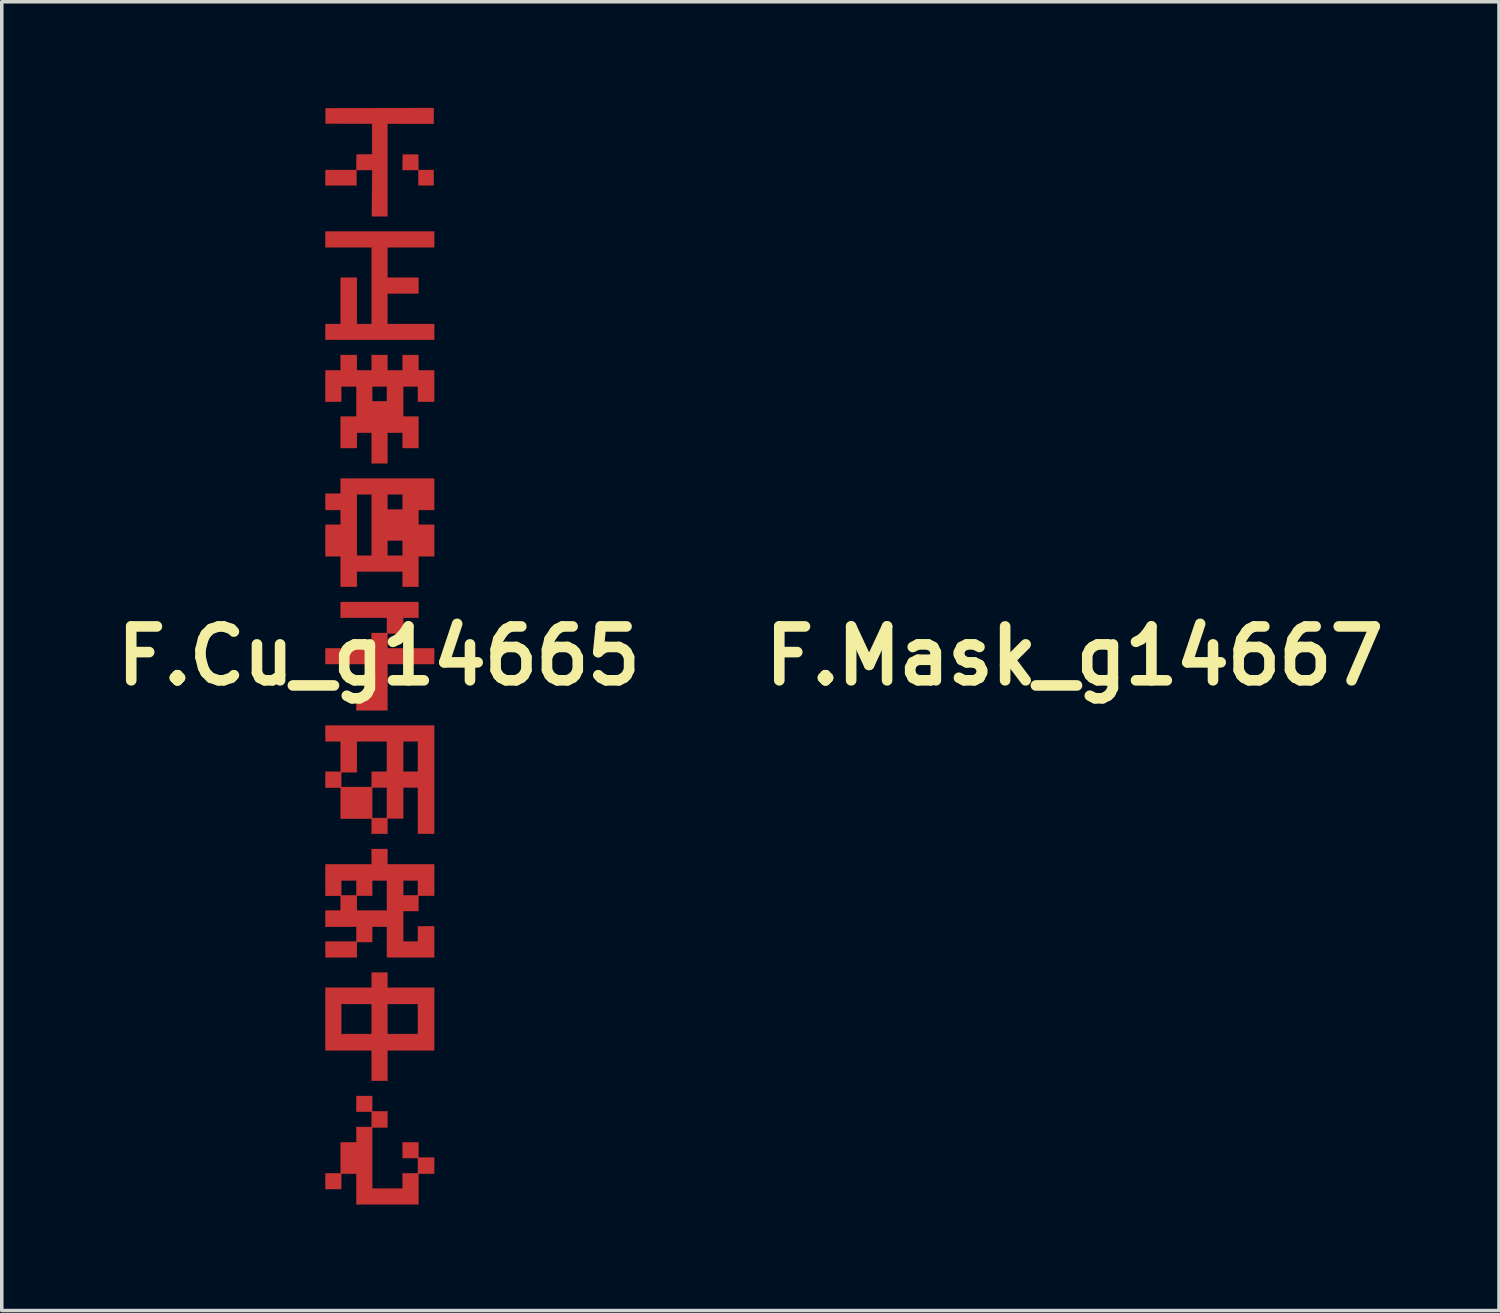
<source format=kicad_pcb>
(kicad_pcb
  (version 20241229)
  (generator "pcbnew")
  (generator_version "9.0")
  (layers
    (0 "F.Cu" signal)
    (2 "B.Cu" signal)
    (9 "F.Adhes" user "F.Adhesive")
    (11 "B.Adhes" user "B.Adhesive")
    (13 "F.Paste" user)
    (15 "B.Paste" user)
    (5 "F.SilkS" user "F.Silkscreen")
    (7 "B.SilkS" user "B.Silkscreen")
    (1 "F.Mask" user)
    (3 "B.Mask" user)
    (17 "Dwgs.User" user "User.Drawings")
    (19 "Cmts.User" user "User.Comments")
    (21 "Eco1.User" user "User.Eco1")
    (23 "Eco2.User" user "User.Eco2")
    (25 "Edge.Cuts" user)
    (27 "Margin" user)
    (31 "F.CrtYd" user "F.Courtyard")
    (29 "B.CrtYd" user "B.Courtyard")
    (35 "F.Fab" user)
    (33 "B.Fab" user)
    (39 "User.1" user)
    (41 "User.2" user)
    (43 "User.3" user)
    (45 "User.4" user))
  (footprint "F.Cu_g14665"
    (layer "F.Cu")
    (at 7.664 15.499)
    (property "Reference" "F.Cu_g14665" (at 0 0 0) (layer "F.SilkS") (effects (font (size 1.524 1.524) (thickness 0.3))))
    (attr through_hole)
    (fp_poly (pts (xy 1.115 -13.96) (xy 1.118 -13.741) (xy 1.549 -13.741) (xy 1.549 -13.31) (xy 1.118 -13.31) (xy 1.118 -13.741) (xy 0.672 -13.741) (xy 0.679 -14.18) (xy 1.111 -14.18) (xy 1.115 -13.96)) (stroke (width 0.01) (type solid)) (fill yes) (layer "F.Cu"))
    (fp_poly (pts (xy 1.549 -15.05) (xy 0.241 -15.05) (xy 0.241 -12.433) (xy 0.022 -12.433) (xy -0.197 -12.433) (xy -0.193 -13.087) (xy -0.189 -13.741) (xy -0.635 -13.741) (xy -0.635 -13.31) (xy -1.511 -13.31) (xy -1.511 -13.741) (xy -0.636 -13.741) (xy -0.629 -14.18) (xy -0.191 -14.187) (xy -0.191 -15.049) (xy -1.505 -15.056) (xy -1.505 -15.488) (xy 0.022 -15.491) (xy 1.549 -15.494) (xy 1.549 -15.05)) (stroke (width 0.01) (type solid)) (fill yes) (layer "F.Cu"))
    (fp_poly (pts (xy 1.562 -11.557) (xy 0.241 -11.557) (xy 0.241 -10.693) (xy 1.118 -10.693) (xy 1.118 -10.249) (xy 0.241 -10.249) (xy 0.241 -9.385) (xy 1.562 -9.385) (xy 1.562 -8.941) (xy -1.511 -8.941) (xy -1.511 -9.385) (xy -1.079 -9.385) (xy -1.079 -10.693) (xy -0.622 -10.693) (xy -0.622 -9.385) (xy -0.203 -9.385) (xy -0.203 -11.557) (xy -1.511 -11.557) (xy -1.511 -12.002) (xy 1.562 -12.002) (xy 1.562 -11.557)) (stroke (width 0.01) (type solid)) (fill yes) (layer "F.Cu"))
    (fp_poly (pts (xy 1.118 -1.079) (xy 0.686 -1.079) (xy 0.686 -0.635) (xy 0.241 -0.635) (xy 0.241 -0.216) (xy 1.562 -0.216) (xy 1.562 0.229) (xy 0.241 0.229) (xy 0.241 1.537) (xy -0.635 1.537) (xy -0.635 1.092) (xy -0.203 1.092) (xy -0.203 0.229) (xy -1.511 0.229) (xy -1.511 -0.216) (xy -0.203 -0.216) (xy -0.203 -0.648) (xy 0.229 -0.648) (xy 0.229 -1.079) (xy -1.079 -1.079) (xy -1.079 -1.524) (xy 1.118 -1.524) (xy 1.118 -1.079)) (stroke (width 0.01) (type solid)) (fill yes) (layer "F.Cu"))
    (fp_poly (pts (xy 0.241 9.385) (xy 1.562 9.385) (xy 1.562 11.151) (xy 0.241 11.151) (xy 0.241 12.014) (xy -0.203 12.014) (xy -0.203 11.151) (xy -1.511 11.151) (xy -1.511 9.842) (xy -1.067 9.842) (xy -1.067 10.693) (xy -0.203 10.693) (xy -0.203 9.842) (xy 0.241 9.842) (xy 0.241 10.693) (xy 1.105 10.693) (xy 1.105 9.842) (xy 0.241 9.842) (xy -0.203 9.842) (xy -1.067 9.842) (xy -1.511 9.842) (xy -1.511 9.385) (xy -0.203 9.385) (xy -0.203 8.954) (xy 0.241 8.954) (xy 0.241 9.385)) (stroke (width 0.01) (type solid)) (fill yes) (layer "F.Cu"))
    (fp_poly (pts (xy -0.191 12.878) (xy 0.241 12.878) (xy 0.241 13.335) (xy -0.191 13.335) (xy -0.191 15.062) (xy 0.673 15.062) (xy 0.673 14.63) (xy 1.105 14.63) (xy 1.105 14.199) (xy 0.673 14.199) (xy 0.673 13.754) (xy 1.118 13.754) (xy 1.118 14.186) (xy 1.562 14.186) (xy 1.562 14.643) (xy 1.118 14.643) (xy 1.118 15.507) (xy -0.635 15.507) (xy -0.635 14.643) (xy -1.067 14.643) (xy -1.067 15.075) (xy -1.511 15.075) (xy -1.511 14.63) (xy -1.079 14.63) (xy -1.079 13.754) (xy -0.635 13.754) (xy -0.635 13.322) (xy -0.203 13.322) (xy -0.203 12.89) (xy -0.635 12.89) (xy -0.635 12.446) (xy -0.191 12.446) (xy -0.191 12.878)) (stroke (width 0.01) (type solid)) (fill yes) (layer "F.Cu"))
    (fp_poly (pts (xy 1.562 5.029) (xy 1.105 5.029) (xy 1.105 3.721) (xy 0.686 3.721) (xy 0.686 4.597) (xy 0.241 4.597) (xy 0.241 5.029) (xy -0.203 5.029) (xy -0.203 4.597) (xy -1.079 4.597) (xy -1.079 3.721) (xy -0.191 3.721) (xy -0.191 4.585) (xy 0.229 4.585) (xy 0.229 3.721) (xy -0.191 3.721) (xy -1.079 3.721) (xy -1.511 3.721) (xy -1.511 3.289) (xy -1.067 3.289) (xy -1.067 3.708) (xy -0.203 3.708) (xy -0.203 3.277) (xy 0.229 3.277) (xy 0.229 2.413) (xy 0.686 2.413) (xy 0.686 3.277) (xy 1.105 3.277) (xy 1.105 2.413) (xy 0.686 2.413) (xy 0.229 2.413) (xy -0.622 2.413) (xy -0.622 3.289) (xy -1.067 3.289) (xy -1.511 3.289) (xy -1.511 3.277) (xy -1.079 3.277) (xy -1.079 2.413) (xy -1.511 2.413) (xy -1.511 1.968) (xy 1.562 1.968) (xy 1.562 5.029)) (stroke (width 0.01) (type solid)) (fill yes) (layer "F.Cu"))
    (fp_poly (pts (xy -0.622 -8.077) (xy -0.203 -8.077) (xy -0.203 -8.509) (xy 0.241 -8.509) (xy 0.241 -8.077) (xy 0.673 -8.077) (xy 0.673 -8.509) (xy 1.118 -8.509) (xy 1.118 -8.077) (xy 1.562 -8.077) (xy 1.562 -7.188) (xy 1.105 -7.188) (xy 1.105 -7.62) (xy 0.686 -7.62) (xy 0.686 -6.769) (xy 1.118 -6.769) (xy 1.118 -5.88) (xy 0.673 -5.88) (xy 0.673 -6.312) (xy 0.241 -6.312) (xy 0.241 -5.448) (xy -0.203 -5.448) (xy -0.203 -6.312) (xy -0.622 -6.312) (xy -0.622 -5.88) (xy -1.079 -5.88) (xy -1.079 -6.769) (xy -0.635 -6.769) (xy -0.635 -7.62) (xy -0.191 -7.62) (xy -0.191 -7.201) (xy 0.229 -7.201) (xy 0.229 -7.62) (xy -0.191 -7.62) (xy -0.635 -7.62) (xy -1.067 -7.62) (xy -1.067 -7.188) (xy -1.511 -7.188) (xy -1.511 -8.077) (xy -1.079 -8.077) (xy -1.079 -8.509) (xy -0.622 -8.509) (xy -0.622 -8.077)) (stroke (width 0.01) (type solid)) (fill yes) (layer "F.Cu"))
    (fp_poly (pts (xy 1.562 -4.128) (xy 1.118 -4.128) (xy 1.118 -3.708) (xy 1.562 -3.708) (xy 1.562 -2.819) (xy 1.118 -2.819) (xy 1.118 -1.956) (xy 0.673 -1.956) (xy 0.673 -2.388) (xy -0.622 -2.388) (xy -0.622 -1.956) (xy -1.079 -1.956) (xy -1.079 -2.819) (xy -1.511 -2.819) (xy -1.511 -3.708) (xy -1.079 -3.708) (xy -1.079 -4.128) (xy -1.511 -4.128) (xy -1.511 -4.572) (xy -0.622 -4.572) (xy -0.622 -2.832) (xy -0.203 -2.832) (xy -0.203 -3.264) (xy 0.241 -3.264) (xy 0.241 -2.832) (xy 0.673 -2.832) (xy 0.673 -3.264) (xy 0.241 -3.264) (xy -0.203 -3.264) (xy -0.203 -4.572) (xy 0.241 -4.572) (xy 0.241 -4.14) (xy 0.673 -4.14) (xy 0.673 -4.572) (xy 0.241 -4.572) (xy -0.203 -4.572) (xy -0.622 -4.572) (xy -1.511 -4.572) (xy -1.511 -4.585) (xy -1.079 -4.585) (xy -1.079 -5.016) (xy 1.562 -5.016) (xy 1.562 -4.128)) (stroke (width 0.01) (type solid)) (fill yes) (layer "F.Cu"))
    (fp_poly (pts (xy 0.241 5.893) (xy 1.562 5.893) (xy 1.562 6.782) (xy 1.118 6.782) (xy 1.118 7.214) (xy 0.686 7.214) (xy 0.686 8.077) (xy 1.105 8.077) (xy 1.105 7.645) (xy 1.562 7.645) (xy 1.562 8.522) (xy 0.229 8.522) (xy 0.229 7.658) (xy -0.191 7.658) (xy -0.191 8.09) (xy -0.622 8.09) (xy -0.622 8.522) (xy -1.511 8.522) (xy -1.511 8.077) (xy -0.635 8.077) (xy -0.635 7.658) (xy -1.511 7.658) (xy -1.511 7.201) (xy -1.079 7.201) (xy -1.079 6.782) (xy -0.622 6.782) (xy -0.622 7.201) (xy 0.229 7.201) (xy 0.229 6.35) (xy 0.686 6.35) (xy 0.686 6.769) (xy 1.105 6.769) (xy 1.105 6.35) (xy 0.686 6.35) (xy 0.229 6.35) (xy -0.191 6.35) (xy -0.191 6.782) (xy -0.622 6.782) (xy -1.079 6.782) (xy -1.511 6.782) (xy -1.511 6.35) (xy -1.067 6.35) (xy -1.067 6.769) (xy -0.635 6.769) (xy -0.635 6.35) (xy -1.067 6.35) (xy -1.511 6.35) (xy -1.511 5.893) (xy -0.203 5.893) (xy -0.203 5.461) (xy 0.241 5.461) (xy 0.241 5.893)) (stroke (width 0.01) (type solid)) (fill yes) (layer "F.Cu")))
  (footprint "F.Mask_g14667"
    (layer "F.Cu")
    (at 27.333 15.499)
    (property "Reference" "F.Mask_g14667" (at 0 0 0) (layer "F.SilkS") (effects (font (size 1.524 1.524) (thickness 0.3))))
    (attr through_hole)
    (fp_poly (pts (xy 1.115 -13.96) (xy 1.118 -13.741) (xy 1.549 -13.741) (xy 1.549 -13.31) (xy 1.118 -13.31) (xy 1.118 -13.741) (xy 0.672 -13.741) (xy 0.679 -14.18) (xy 1.111 -14.18) (xy 1.115 -13.96)) (stroke (width 0.01) (type solid)) (fill yes) (layer "F.Mask"))
    (fp_poly (pts (xy 1.549 -15.05) (xy 0.241 -15.05) (xy 0.241 -12.433) (xy 0.022 -12.433) (xy -0.197 -12.433) (xy -0.193 -13.087) (xy -0.189 -13.741) (xy -0.635 -13.741) (xy -0.635 -13.31) (xy -1.511 -13.31) (xy -1.511 -13.741) (xy -0.636 -13.741) (xy -0.629 -14.18) (xy -0.191 -14.187) (xy -0.191 -15.049) (xy -1.505 -15.056) (xy -1.505 -15.488) (xy 0.022 -15.491) (xy 1.549 -15.494) (xy 1.549 -15.05)) (stroke (width 0.01) (type solid)) (fill yes) (layer "F.Mask"))
    (fp_poly (pts (xy 1.562 -11.557) (xy 0.241 -11.557) (xy 0.241 -10.693) (xy 1.118 -10.693) (xy 1.118 -10.249) (xy 0.241 -10.249) (xy 0.241 -9.385) (xy 1.562 -9.385) (xy 1.562 -8.941) (xy -1.511 -8.941) (xy -1.511 -9.385) (xy -1.079 -9.385) (xy -1.079 -10.693) (xy -0.622 -10.693) (xy -0.622 -9.385) (xy -0.203 -9.385) (xy -0.203 -11.557) (xy -1.511 -11.557) (xy -1.511 -12.002) (xy 1.562 -12.002) (xy 1.562 -11.557)) (stroke (width 0.01) (type solid)) (fill yes) (layer "F.Mask"))
    (fp_poly (pts (xy 1.118 -1.079) (xy 0.686 -1.079) (xy 0.686 -0.635) (xy 0.241 -0.635) (xy 0.241 -0.216) (xy 1.562 -0.216) (xy 1.562 0.229) (xy 0.241 0.229) (xy 0.241 1.537) (xy -0.635 1.537) (xy -0.635 1.092) (xy -0.203 1.092) (xy -0.203 0.229) (xy -1.511 0.229) (xy -1.511 -0.216) (xy -0.203 -0.216) (xy -0.203 -0.648) (xy 0.229 -0.648) (xy 0.229 -1.079) (xy -1.079 -1.079) (xy -1.079 -1.524) (xy 1.118 -1.524) (xy 1.118 -1.079)) (stroke (width 0.01) (type solid)) (fill yes) (layer "F.Mask"))
    (fp_poly (pts (xy 0.241 9.385) (xy 1.562 9.385) (xy 1.562 11.151) (xy 0.241 11.151) (xy 0.241 12.014) (xy -0.203 12.014) (xy -0.203 11.151) (xy -1.511 11.151) (xy -1.511 9.842) (xy -1.067 9.842) (xy -1.067 10.693) (xy -0.203 10.693) (xy -0.203 9.842) (xy 0.241 9.842) (xy 0.241 10.693) (xy 1.105 10.693) (xy 1.105 9.842) (xy 0.241 9.842) (xy -0.203 9.842) (xy -1.067 9.842) (xy -1.511 9.842) (xy -1.511 9.385) (xy -0.203 9.385) (xy -0.203 8.954) (xy 0.241 8.954) (xy 0.241 9.385)) (stroke (width 0.01) (type solid)) (fill yes) (layer "F.Mask"))
    (fp_poly (pts (xy -0.191 12.878) (xy 0.241 12.878) (xy 0.241 13.335) (xy -0.191 13.335) (xy -0.191 15.062) (xy 0.673 15.062) (xy 0.673 14.63) (xy 1.105 14.63) (xy 1.105 14.199) (xy 0.673 14.199) (xy 0.673 13.754) (xy 1.118 13.754) (xy 1.118 14.186) (xy 1.562 14.186) (xy 1.562 14.643) (xy 1.118 14.643) (xy 1.118 15.507) (xy -0.635 15.507) (xy -0.635 14.643) (xy -1.067 14.643) (xy -1.067 15.075) (xy -1.511 15.075) (xy -1.511 14.63) (xy -1.079 14.63) (xy -1.079 13.754) (xy -0.635 13.754) (xy -0.635 13.322) (xy -0.203 13.322) (xy -0.203 12.89) (xy -0.635 12.89) (xy -0.635 12.446) (xy -0.191 12.446) (xy -0.191 12.878)) (stroke (width 0.01) (type solid)) (fill yes) (layer "F.Mask"))
    (fp_poly (pts (xy 1.562 5.029) (xy 1.105 5.029) (xy 1.105 3.721) (xy 0.686 3.721) (xy 0.686 4.597) (xy 0.241 4.597) (xy 0.241 5.029) (xy -0.203 5.029) (xy -0.203 4.597) (xy -1.079 4.597) (xy -1.079 3.721) (xy -0.191 3.721) (xy -0.191 4.585) (xy 0.229 4.585) (xy 0.229 3.721) (xy -0.191 3.721) (xy -1.079 3.721) (xy -1.511 3.721) (xy -1.511 3.289) (xy -1.067 3.289) (xy -1.067 3.708) (xy -0.203 3.708) (xy -0.203 3.277) (xy 0.229 3.277) (xy 0.229 2.413) (xy 0.686 2.413) (xy 0.686 3.277) (xy 1.105 3.277) (xy 1.105 2.413) (xy 0.686 2.413) (xy 0.229 2.413) (xy -0.622 2.413) (xy -0.622 3.289) (xy -1.067 3.289) (xy -1.511 3.289) (xy -1.511 3.277) (xy -1.079 3.277) (xy -1.079 2.413) (xy -1.511 2.413) (xy -1.511 1.968) (xy 1.562 1.968) (xy 1.562 5.029)) (stroke (width 0.01) (type solid)) (fill yes) (layer "F.Mask"))
    (fp_poly (pts (xy -0.622 -8.077) (xy -0.203 -8.077) (xy -0.203 -8.509) (xy 0.241 -8.509) (xy 0.241 -8.077) (xy 0.673 -8.077) (xy 0.673 -8.509) (xy 1.118 -8.509) (xy 1.118 -8.077) (xy 1.562 -8.077) (xy 1.562 -7.188) (xy 1.105 -7.188) (xy 1.105 -7.62) (xy 0.686 -7.62) (xy 0.686 -6.769) (xy 1.118 -6.769) (xy 1.118 -5.88) (xy 0.673 -5.88) (xy 0.673 -6.312) (xy 0.241 -6.312) (xy 0.241 -5.448) (xy -0.203 -5.448) (xy -0.203 -6.312) (xy -0.622 -6.312) (xy -0.622 -5.88) (xy -1.079 -5.88) (xy -1.079 -6.769) (xy -0.635 -6.769) (xy -0.635 -7.62) (xy -0.191 -7.62) (xy -0.191 -7.201) (xy 0.229 -7.201) (xy 0.229 -7.62) (xy -0.191 -7.62) (xy -0.635 -7.62) (xy -1.067 -7.62) (xy -1.067 -7.188) (xy -1.511 -7.188) (xy -1.511 -8.077) (xy -1.079 -8.077) (xy -1.079 -8.509) (xy -0.622 -8.509) (xy -0.622 -8.077)) (stroke (width 0.01) (type solid)) (fill yes) (layer "F.Mask"))
    (fp_poly (pts (xy 1.562 -4.128) (xy 1.118 -4.128) (xy 1.118 -3.708) (xy 1.562 -3.708) (xy 1.562 -2.819) (xy 1.118 -2.819) (xy 1.118 -1.956) (xy 0.673 -1.956) (xy 0.673 -2.388) (xy -0.622 -2.388) (xy -0.622 -1.956) (xy -1.079 -1.956) (xy -1.079 -2.819) (xy -1.511 -2.819) (xy -1.511 -3.708) (xy -1.079 -3.708) (xy -1.079 -4.128) (xy -1.511 -4.128) (xy -1.511 -4.572) (xy -0.622 -4.572) (xy -0.622 -2.832) (xy -0.203 -2.832) (xy -0.203 -3.264) (xy 0.241 -3.264) (xy 0.241 -2.832) (xy 0.673 -2.832) (xy 0.673 -3.264) (xy 0.241 -3.264) (xy -0.203 -3.264) (xy -0.203 -4.572) (xy 0.241 -4.572) (xy 0.241 -4.14) (xy 0.673 -4.14) (xy 0.673 -4.572) (xy 0.241 -4.572) (xy -0.203 -4.572) (xy -0.622 -4.572) (xy -1.511 -4.572) (xy -1.511 -4.585) (xy -1.079 -4.585) (xy -1.079 -5.016) (xy 1.562 -5.016) (xy 1.562 -4.128)) (stroke (width 0.01) (type solid)) (fill yes) (layer "F.Mask"))
    (fp_poly (pts (xy 0.241 5.893) (xy 1.562 5.893) (xy 1.562 6.782) (xy 1.118 6.782) (xy 1.118 7.214) (xy 0.686 7.214) (xy 0.686 8.077) (xy 1.105 8.077) (xy 1.105 7.645) (xy 1.562 7.645) (xy 1.562 8.522) (xy 0.229 8.522) (xy 0.229 7.658) (xy -0.191 7.658) (xy -0.191 8.09) (xy -0.622 8.09) (xy -0.622 8.522) (xy -1.511 8.522) (xy -1.511 8.077) (xy -0.635 8.077) (xy -0.635 7.658) (xy -1.511 7.658) (xy -1.511 7.201) (xy -1.079 7.201) (xy -1.079 6.782) (xy -0.622 6.782) (xy -0.622 7.201) (xy 0.229 7.201) (xy 0.229 6.35) (xy 0.686 6.35) (xy 0.686 6.769) (xy 1.105 6.769) (xy 1.105 6.35) (xy 0.686 6.35) (xy 0.229 6.35) (xy -0.191 6.35) (xy -0.191 6.782) (xy -0.622 6.782) (xy -1.079 6.782) (xy -1.511 6.782) (xy -1.511 6.35) (xy -1.067 6.35) (xy -1.067 6.769) (xy -0.635 6.769) (xy -0.635 6.35) (xy -1.067 6.35) (xy -1.511 6.35) (xy -1.511 5.893) (xy -0.203 5.893) (xy -0.203 5.461) (xy 0.241 5.461) (xy 0.241 5.893)) (stroke (width 0.01) (type solid)) (fill yes) (layer "F.Mask")))
  (gr_rect
    (start -3 -3)
    (end 39.34 34.011)
    (stroke (width 0.1) (type default))
    (fill no)
    (layer "Edge.Cuts")))
</source>
